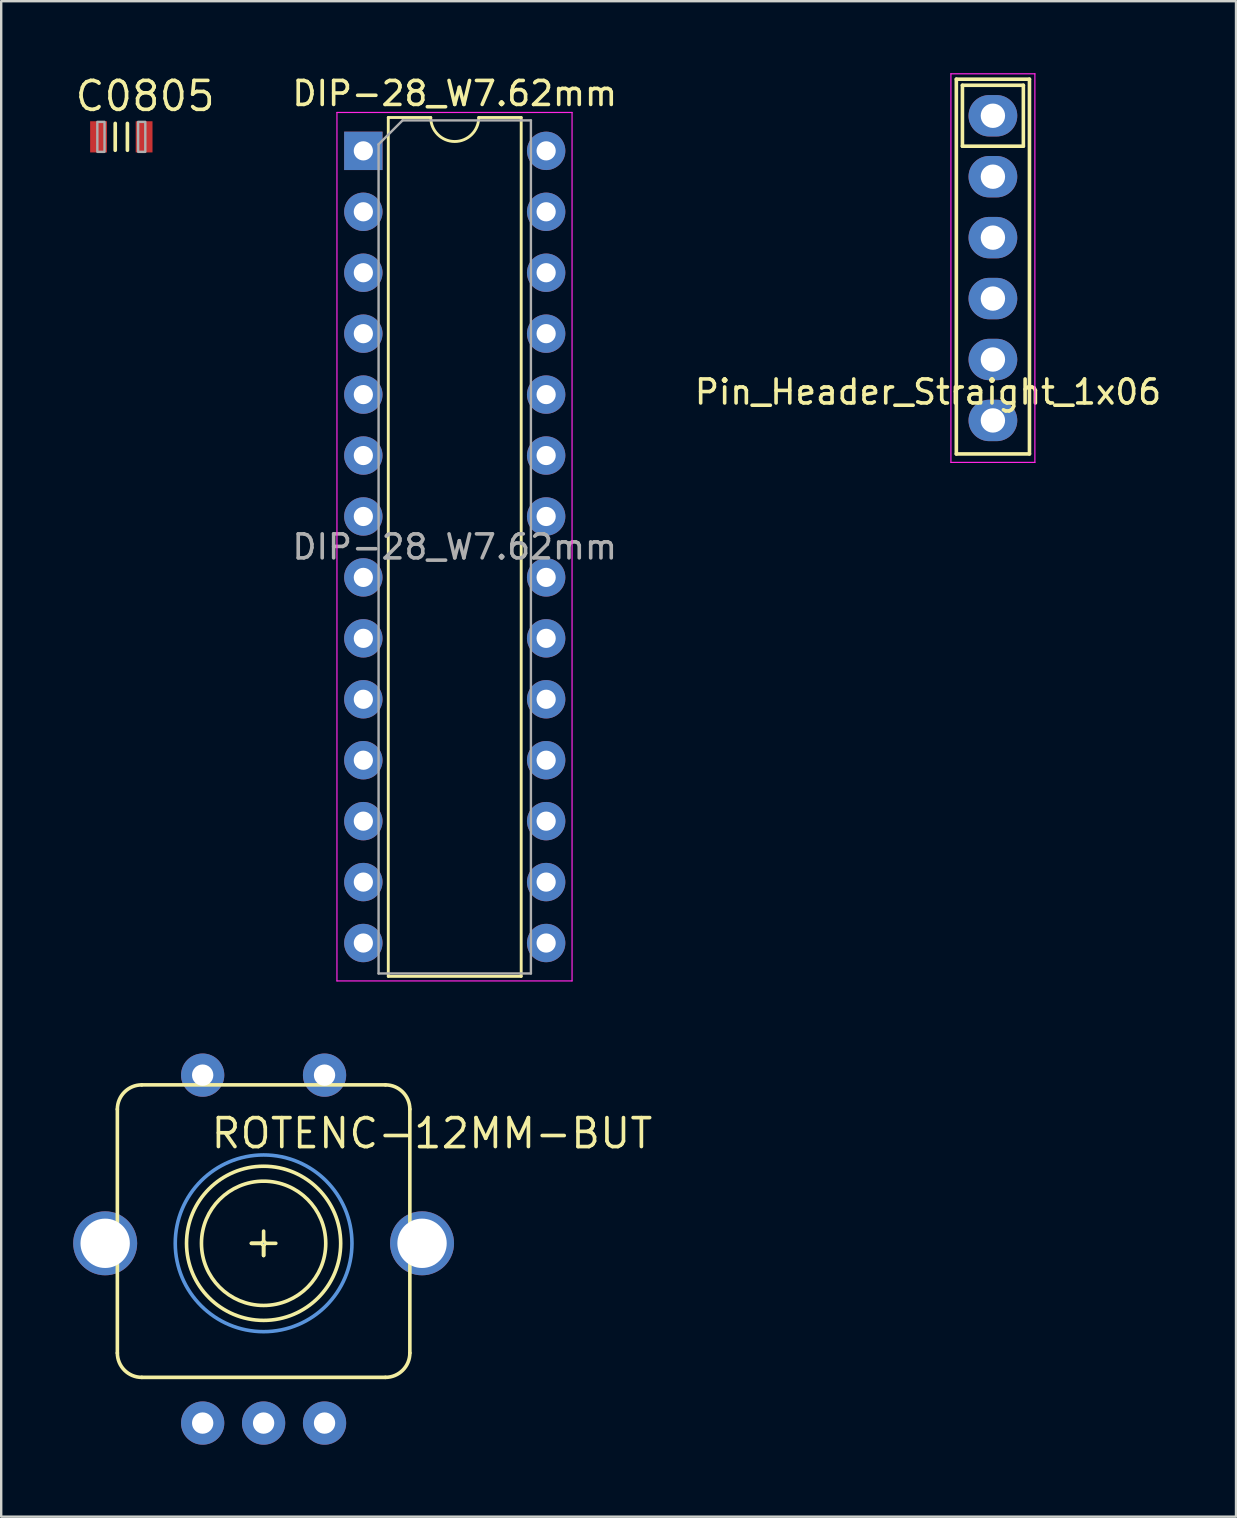
<source format=kicad_pcb>
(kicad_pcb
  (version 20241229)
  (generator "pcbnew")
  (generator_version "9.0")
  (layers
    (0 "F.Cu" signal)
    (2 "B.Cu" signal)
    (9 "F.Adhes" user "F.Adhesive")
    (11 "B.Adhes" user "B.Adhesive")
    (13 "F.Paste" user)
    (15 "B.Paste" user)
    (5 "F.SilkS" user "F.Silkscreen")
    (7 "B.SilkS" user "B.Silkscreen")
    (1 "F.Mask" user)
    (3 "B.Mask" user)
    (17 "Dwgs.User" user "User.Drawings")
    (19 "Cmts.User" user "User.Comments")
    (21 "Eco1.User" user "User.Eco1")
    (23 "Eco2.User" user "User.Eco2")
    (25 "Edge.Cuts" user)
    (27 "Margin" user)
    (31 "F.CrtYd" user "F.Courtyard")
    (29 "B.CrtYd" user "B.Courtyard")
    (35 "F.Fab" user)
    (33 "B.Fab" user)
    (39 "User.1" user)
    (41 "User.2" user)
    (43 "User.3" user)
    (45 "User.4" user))
  (footprint "C0805"
    (layer "F.Cu")
    (at 2.007 2.654)
    (property "Reference" "C0805" (at -2.007 -0.991 0) (layer "F.SilkS") (effects (font (size 1.206 1.206) (thickness 0.152)) (justify left bottom)))
    (attr through_hole)
    (fp_line (start -0.254 0.559) (end -0.254 -0.559) (stroke (width 0.152) (type solid)) (layer "F.SilkS"))
    (fp_line (start 0.254 0.559) (end 0.254 -0.559) (stroke (width 0.152) (type solid)) (layer "F.SilkS"))
    (fp_poly (pts (xy -1 0.625) (xy -0.7 0.625) (xy -0.7 -0.625) (xy -1 -0.625)) (stroke (width 0.1) (type solid)) (fill no) (layer "F.Fab"))
    (fp_poly (pts (xy 0.7 0.625) (xy 1 0.625) (xy 1 -0.625) (xy 0.7 -0.625)) (stroke (width 0.1) (type solid)) (fill no) (layer "F.Fab"))
    (pad "1" smd rect (at -0.95 0) (size 0.7 1.3) (layers "F.Cu" "F.Mask" "F.Paste"))
    (pad "2" smd rect (at 0.95 0) (size 0.7 1.3) (layers "F.Cu" "F.Mask" "F.Paste")))
  (footprint "DIP-28_W7.62mm"
    (layer "F.Cu")
    (at 12.095 3.238)
    (property "Reference" "DIP-28_W7.62mm" (at 3.81 -2.39 0) (layer "F.SilkS") (effects (font (size 1 1) (thickness 0.15))))
    (attr through_hole)
    (fp_line (start 1.04 -1.39) (end 1.04 34.41) (stroke (width 0.12) (type solid)) (layer "F.SilkS"))
    (fp_line (start 1.04 34.41) (end 6.58 34.41) (stroke (width 0.12) (type solid)) (layer "F.SilkS"))
    (fp_line (start 2.81 -1.39) (end 1.04 -1.39) (stroke (width 0.12) (type solid)) (layer "F.SilkS"))
    (fp_line (start 6.58 -1.39) (end 4.81 -1.39) (stroke (width 0.12) (type solid)) (layer "F.SilkS"))
    (fp_line (start 6.58 34.41) (end 6.58 -1.39) (stroke (width 0.12) (type solid)) (layer "F.SilkS"))
    (fp_arc (start 4.81 -1.39) (mid 3.81 -0.39) (end 2.81 -1.39) (stroke (width 0.12) (type solid)) (layer "F.SilkS"))
    (fp_line (start -1.1 -1.6) (end -1.1 34.6) (stroke (width 0.05) (type solid)) (layer "F.CrtYd"))
    (fp_line (start -1.1 34.6) (end 8.7 34.6) (stroke (width 0.05) (type solid)) (layer "F.CrtYd"))
    (fp_line (start 8.7 -1.6) (end -1.1 -1.6) (stroke (width 0.05) (type solid)) (layer "F.CrtYd"))
    (fp_line (start 8.7 34.6) (end 8.7 -1.6) (stroke (width 0.05) (type solid)) (layer "F.CrtYd"))
    (fp_line (start 0.635 -0.27) (end 1.635 -1.27) (stroke (width 0.1) (type solid)) (layer "F.Fab"))
    (fp_line (start 0.635 34.29) (end 0.635 -0.27) (stroke (width 0.1) (type solid)) (layer "F.Fab"))
    (fp_line (start 1.635 -1.27) (end 6.985 -1.27) (stroke (width 0.1) (type solid)) (layer "F.Fab"))
    (fp_line (start 6.985 -1.27) (end 6.985 34.29) (stroke (width 0.1) (type solid)) (layer "F.Fab"))
    (fp_line (start 6.985 34.29) (end 0.635 34.29) (stroke (width 0.1) (type solid)) (layer "F.Fab"))
    (fp_text user "${REFERENCE}" (at 3.81 16.51 0) (layer "F.Fab") (effects (font (size 1 1) (thickness 0.15))))
    (pad "1" thru_hole rect (at 0 0) (size 1.6 1.6) (drill 0.8) (layers "*.Cu" "*.Mask"))
    (pad "2" thru_hole oval (at 0 2.54) (size 1.6 1.6) (drill 0.8) (layers "*.Cu" "*.Mask"))
    (pad "3" thru_hole oval (at 0 5.08) (size 1.6 1.6) (drill 0.8) (layers "*.Cu" "*.Mask"))
    (pad "4" thru_hole oval (at 0 7.62) (size 1.6 1.6) (drill 0.8) (layers "*.Cu" "*.Mask"))
    (pad "5" thru_hole oval (at 0 10.16) (size 1.6 1.6) (drill 0.8) (layers "*.Cu" "*.Mask"))
    (pad "6" thru_hole oval (at 0 12.7) (size 1.6 1.6) (drill 0.8) (layers "*.Cu" "*.Mask"))
    (pad "7" thru_hole oval (at 0 15.24) (size 1.6 1.6) (drill 0.8) (layers "*.Cu" "*.Mask"))
    (pad "8" thru_hole oval (at 0 17.78) (size 1.6 1.6) (drill 0.8) (layers "*.Cu" "*.Mask"))
    (pad "9" thru_hole oval (at 0 20.32) (size 1.6 1.6) (drill 0.8) (layers "*.Cu" "*.Mask"))
    (pad "10" thru_hole oval (at 0 22.86) (size 1.6 1.6) (drill 0.8) (layers "*.Cu" "*.Mask"))
    (pad "11" thru_hole oval (at 0 25.4) (size 1.6 1.6) (drill 0.8) (layers "*.Cu" "*.Mask"))
    (pad "12" thru_hole oval (at 0 27.94) (size 1.6 1.6) (drill 0.8) (layers "*.Cu" "*.Mask"))
    (pad "13" thru_hole oval (at 0 30.48) (size 1.6 1.6) (drill 0.8) (layers "*.Cu" "*.Mask"))
    (pad "14" thru_hole oval (at 0 33.02) (size 1.6 1.6) (drill 0.8) (layers "*.Cu" "*.Mask"))
    (pad "15" thru_hole oval (at 7.62 33.02) (size 1.6 1.6) (drill 0.8) (layers "*.Cu" "*.Mask"))
    (pad "16" thru_hole oval (at 7.62 30.48) (size 1.6 1.6) (drill 0.8) (layers "*.Cu" "*.Mask"))
    (pad "17" thru_hole oval (at 7.62 27.94) (size 1.6 1.6) (drill 0.8) (layers "*.Cu" "*.Mask"))
    (pad "18" thru_hole oval (at 7.62 25.4) (size 1.6 1.6) (drill 0.8) (layers "*.Cu" "*.Mask"))
    (pad "19" thru_hole oval (at 7.62 22.86) (size 1.6 1.6) (drill 0.8) (layers "*.Cu" "*.Mask"))
    (pad "20" thru_hole oval (at 7.62 20.32) (size 1.6 1.6) (drill 0.8) (layers "*.Cu" "*.Mask"))
    (pad "21" thru_hole oval (at 7.62 17.78) (size 1.6 1.6) (drill 0.8) (layers "*.Cu" "*.Mask"))
    (pad "22" thru_hole oval (at 7.62 15.24) (size 1.6 1.6) (drill 0.8) (layers "*.Cu" "*.Mask"))
    (pad "23" thru_hole oval (at 7.62 12.7) (size 1.6 1.6) (drill 0.8) (layers "*.Cu" "*.Mask"))
    (pad "24" thru_hole oval (at 7.62 10.16) (size 1.6 1.6) (drill 0.8) (layers "*.Cu" "*.Mask"))
    (pad "25" thru_hole oval (at 7.62 7.62) (size 1.6 1.6) (drill 0.8) (layers "*.Cu" "*.Mask"))
    (pad "26" thru_hole oval (at 7.62 5.08) (size 1.6 1.6) (drill 0.8) (layers "*.Cu" "*.Mask"))
    (pad "27" thru_hole oval (at 7.62 2.54) (size 1.6 1.6) (drill 0.8) (layers "*.Cu" "*.Mask"))
    (pad "28" thru_hole oval (at 7.62 0) (size 1.6 1.6) (drill 0.8) (layers "*.Cu" "*.Mask")))
  (footprint "Pin_Header_Straight_1x06"
    (layer "F.Cu")
    (at 38.337 1.775)
    (property "Reference" "Pin_Header_Straight_1x06" (at -2.705 11.516 0) (layer "F.SilkS") (effects (font (size 1 1) (thickness 0.15))))
    (attr through_hole)
    (fp_line (start -1.524 14.097) (end -1.524 -1.524) (stroke (width 0.15) (type solid)) (layer "F.SilkS"))
    (fp_line (start -1.27 -1.27) (end -1.27 1.27) (stroke (width 0.15) (type solid)) (layer "F.SilkS"))
    (fp_line (start -1.27 -1.27) (end 1.27 -1.27) (stroke (width 0.15) (type solid)) (layer "F.SilkS"))
    (fp_line (start 1.27 -1.27) (end 1.27 1.27) (stroke (width 0.15) (type solid)) (layer "F.SilkS"))
    (fp_line (start 1.27 1.27) (end -1.27 1.27) (stroke (width 0.15) (type solid)) (layer "F.SilkS"))
    (fp_line (start 1.524 -1.524) (end -1.524 -1.524) (stroke (width 0.15) (type solid)) (layer "F.SilkS"))
    (fp_line (start 1.524 -1.524) (end 1.524 14.097) (stroke (width 0.15) (type solid)) (layer "F.SilkS"))
    (fp_line (start 1.524 14.097) (end -1.524 14.097) (stroke (width 0.15) (type solid)) (layer "F.SilkS"))
    (fp_line (start -1.75 -1.75) (end -1.75 14.45) (stroke (width 0.05) (type solid)) (layer "F.CrtYd"))
    (fp_line (start -1.75 -1.75) (end 1.75 -1.75) (stroke (width 0.05) (type solid)) (layer "F.CrtYd"))
    (fp_line (start -1.75 14.45) (end 1.75 14.45) (stroke (width 0.05) (type solid)) (layer "F.CrtYd"))
    (fp_line (start 1.75 -1.75) (end 1.75 14.45) (stroke (width 0.05) (type solid)) (layer "F.CrtYd"))
    (pad "1" thru_hole oval (at 0 0) (size 2.032 1.727) (drill 1.016) (layers "*.Cu" "*.Mask"))
    (pad "2" thru_hole oval (at 0 2.54) (size 2.032 1.727) (drill 1.016) (layers "*.Cu" "*.Mask"))
    (pad "3" thru_hole oval (at 0 5.08) (size 2.032 1.727) (drill 1.016) (layers "*.Cu" "*.Mask"))
    (pad "4" thru_hole oval (at 0 7.62) (size 2.032 1.727) (drill 1.016) (layers "*.Cu" "*.Mask"))
    (pad "5" thru_hole oval (at 0 10.16) (size 2.032 1.727) (drill 1.016) (layers "*.Cu" "*.Mask"))
    (pad "6" thru_hole oval (at 0 12.7) (size 2.032 1.727) (drill 1.016) (layers "*.Cu" "*.Mask")))
  (footprint "ROTENC-12MM-BUT"
    (layer "F.Cu")
    (at 7.938 48.775)
    (property "Reference" "ROTENC-12MM-BUT" (at -2.271 -3.878 0) (layer "F.SilkS") (effects (font (size 1.206 1.206) (thickness 0.152)) (justify left bottom)))
    (attr through_hole)
    (fp_line (start -6.096 4.572) (end -6.096 -5.588) (stroke (width 0.15) (type solid)) (layer "F.SilkS"))
    (fp_line (start -5.08 -6.604) (end 5.08 -6.604) (stroke (width 0.15) (type solid)) (layer "F.SilkS"))
    (fp_line (start -0.508 0) (end 0 0) (stroke (width 0.15) (type solid)) (layer "F.SilkS"))
    (fp_line (start 0 -0.508) (end 0 0.508) (stroke (width 0.15) (type solid)) (layer "F.SilkS"))
    (fp_line (start 0 0) (end -0.508 0) (stroke (width 0.15) (type solid)) (layer "F.SilkS"))
    (fp_line (start 0 0) (end 0 0) (stroke (width 0.127) (type solid)) (layer "F.SilkS"))
    (fp_line (start 0 0) (end 0 0) (stroke (width 0.127) (type solid)) (layer "F.SilkS"))
    (fp_line (start 0 0) (end 0 0) (stroke (width 0.127) (type solid)) (layer "F.SilkS"))
    (fp_line (start 0 0) (end 0 0) (stroke (width 0.127) (type solid)) (layer "F.SilkS"))
    (fp_line (start 0 0) (end 0.508 0) (stroke (width 0.15) (type solid)) (layer "F.SilkS"))
    (fp_line (start 0 0.508) (end 0 0) (stroke (width 0.15) (type solid)) (layer "F.SilkS"))
    (fp_line (start 5.08 5.588) (end -5.08 5.588) (stroke (width 0.15) (type solid)) (layer "F.SilkS"))
    (fp_line (start 6.096 -5.588) (end 6.096 4.572) (stroke (width 0.15) (type solid)) (layer "F.SilkS"))
    (fp_arc (start -6.096 -5.588) (mid -5.79842 -6.30642) (end -5.08 -6.604) (stroke (width 0.15) (type solid)) (layer "F.SilkS"))
    (fp_arc (start -5.08 5.588) (mid -5.79842 5.29042) (end -6.096 4.572) (stroke (width 0.15) (type solid)) (layer "F.SilkS"))
    (fp_arc (start 0 0) (mid 0 0) (end 0 0) (stroke (width 0.127) (type solid)) (layer "F.SilkS"))
    (fp_arc (start 0 0) (mid 0 0) (end 0 0) (stroke (width 0.127) (type solid)) (layer "F.SilkS"))
    (fp_arc (start 0 0) (mid 0 0) (end 0 0) (stroke (width 0.127) (type solid)) (layer "F.SilkS"))
    (fp_arc (start 0 0) (mid 0 0) (end 0 0) (stroke (width 0.127) (type solid)) (layer "F.SilkS"))
    (fp_arc (start 5.08 -6.604) (mid 5.79842 -6.30642) (end 6.096 -5.588) (stroke (width 0.15) (type solid)) (layer "F.SilkS"))
    (fp_arc (start 6.096 4.572) (mid 5.79842 5.29042) (end 5.08 5.588) (stroke (width 0.15) (type solid)) (layer "F.SilkS"))
    (fp_circle (center 0 0) (end 0 0) (stroke (width 0.127) (type solid)) (fill no) (layer "F.SilkS"))
    (fp_circle (center 0 0) (end 0 0) (stroke (width 0.127) (type solid)) (fill no) (layer "F.SilkS"))
    (fp_circle (center 0 0) (end 0.508 2.54) (stroke (width 0.15) (type solid)) (fill no) (layer "F.SilkS"))
    (fp_circle (center 0 0) (end 1.016 3.048) (stroke (width 0.15) (type solid)) (fill no) (layer "F.SilkS"))
    (fp_circle (center 0 0) (end 0 0) (stroke (width 0.025) (type solid)) (fill no) (layer "Cmts.User"))
    (fp_circle (center 0 0) (end 3.683 0) (stroke (width 0.15) (type solid)) (fill no) (layer "Cmts.User"))
    (pad "1" thru_hole circle (at -2.54 7.493 90) (size 1.803 1.803) (drill 0.889) (layers "*.Cu" "*.Mask"))
    (pad "2" thru_hole circle (at 0 7.493 90) (size 1.803 1.803) (drill 0.889) (layers "*.Cu" "*.Mask"))
    (pad "3" thru_hole circle (at 2.54 7.493 90) (size 1.803 1.803) (drill 0.889) (layers "*.Cu" "*.Mask"))
    (pad "NC" thru_hole circle (at -6.604 0) (size 2.667 2.667) (drill 2.057) (layers "*.Cu" "*.Mask"))
    (pad "NC" thru_hole circle (at 6.604 0) (size 2.667 2.667) (drill 2.057) (layers "*.Cu" "*.Mask"))
    (pad "SW1" thru_hole circle (at -2.54 -7.01 90) (size 1.803 1.803) (drill 0.889) (layers "*.Cu" "*.Mask"))
    (pad "SW2" thru_hole circle (at 2.54 -7.01 90) (size 1.803 1.803) (drill 0.889) (layers "*.Cu" "*.Mask")))
  (gr_rect
    (start -3 -3)
    (end 48.471 60.17)
    (stroke (width 0.1) (type default))
    (fill no)
    (layer "Edge.Cuts")))
</source>
